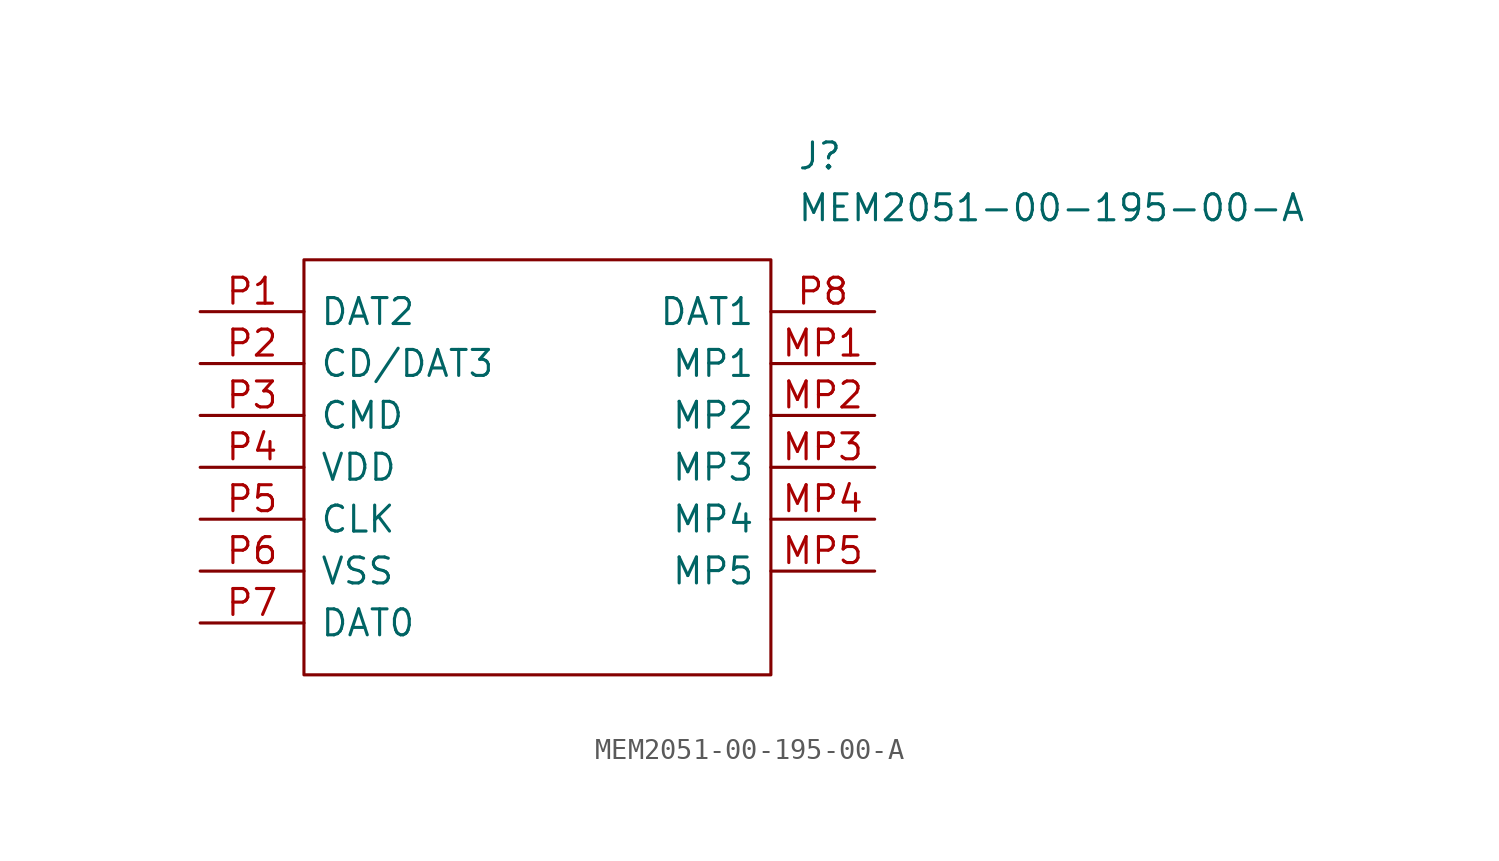
<source format=kicad_sym>
(kicad_symbol_lib
  (version 20211014)
  (generator kicad_symbol_editor)
  (symbol "MEM2051-00-195-00-A"
    (pin_names
      (offset 0.762))
    (property "Reference" "J"
      (at 29.21 7.62 0)
      (effects (font (size 1.27 1.27)) (justify left)))
    (property "Value" "MEM2051-00-195-00-A"
      (at 29.21 5.08 0)
      (effects (font (size 1.27 1.27)) (justify left)))
    (symbol "MEM2051-00-195-00-A_0_0"
      (pin passive line (at 33.02 -2.54 180) (length 5.08) (name "MP1" (effects (font (size 1.27 1.27)))) (number "MP1" (effects (font (size 1.27 1.27)))))
      (pin passive line (at 33.02 -5.08 180) (length 5.08) (name "MP2" (effects (font (size 1.27 1.27)))) (number "MP2" (effects (font (size 1.27 1.27)))))
      (pin passive line (at 33.02 -7.62 180) (length 5.08) (name "MP3" (effects (font (size 1.27 1.27)))) (number "MP3" (effects (font (size 1.27 1.27)))))
      (pin passive line (at 33.02 -10.16 180) (length 5.08) (name "MP4" (effects (font (size 1.27 1.27)))) (number "MP4" (effects (font (size 1.27 1.27)))))
      (pin passive line (at 33.02 -12.7 180) (length 5.08) (name "MP5" (effects (font (size 1.27 1.27)))) (number "MP5" (effects (font (size 1.27 1.27)))))
      (pin passive line (at 0 0 0) (length 5.08) (name "DAT2" (effects (font (size 1.27 1.27)))) (number "P1" (effects (font (size 1.27 1.27)))))
      (pin passive line (at 0 -2.54 0) (length 5.08) (name "CD/DAT3" (effects (font (size 1.27 1.27)))) (number "P2" (effects (font (size 1.27 1.27)))))
      (pin passive line (at 0 -5.08 0) (length 5.08) (name "CMD" (effects (font (size 1.27 1.27)))) (number "P3" (effects (font (size 1.27 1.27)))))
      (pin passive line (at 0 -7.62 0) (length 5.08) (name "VDD" (effects (font (size 1.27 1.27)))) (number "P4" (effects (font (size 1.27 1.27)))))
      (pin passive line (at 0 -10.16 0) (length 5.08) (name "CLK" (effects (font (size 1.27 1.27)))) (number "P5" (effects (font (size 1.27 1.27)))))
      (pin passive line (at 0 -12.7 0) (length 5.08) (name "VSS" (effects (font (size 1.27 1.27)))) (number "P6" (effects (font (size 1.27 1.27)))))
      (pin passive line (at 0 -15.24 0) (length 5.08) (name "DAT0" (effects (font (size 1.27 1.27)))) (number "P7" (effects (font (size 1.27 1.27)))))
      (pin passive line (at 33.02 0 180) (length 5.08) (name "DAT1" (effects (font (size 1.27 1.27)))) (number "P8" (effects (font (size 1.27 1.27))))))
    (symbol "MEM2051-00-195-00-A_0_1"
      (polyline (pts (xy 5.08 2.54) (xy 27.94 2.54) (xy 27.94 -17.78) (xy 5.08 -17.78) (xy 5.08 2.54)) (stroke (width 0.152) (type default) (color 0 0 0 0)) (fill (type none))))))
</source>
